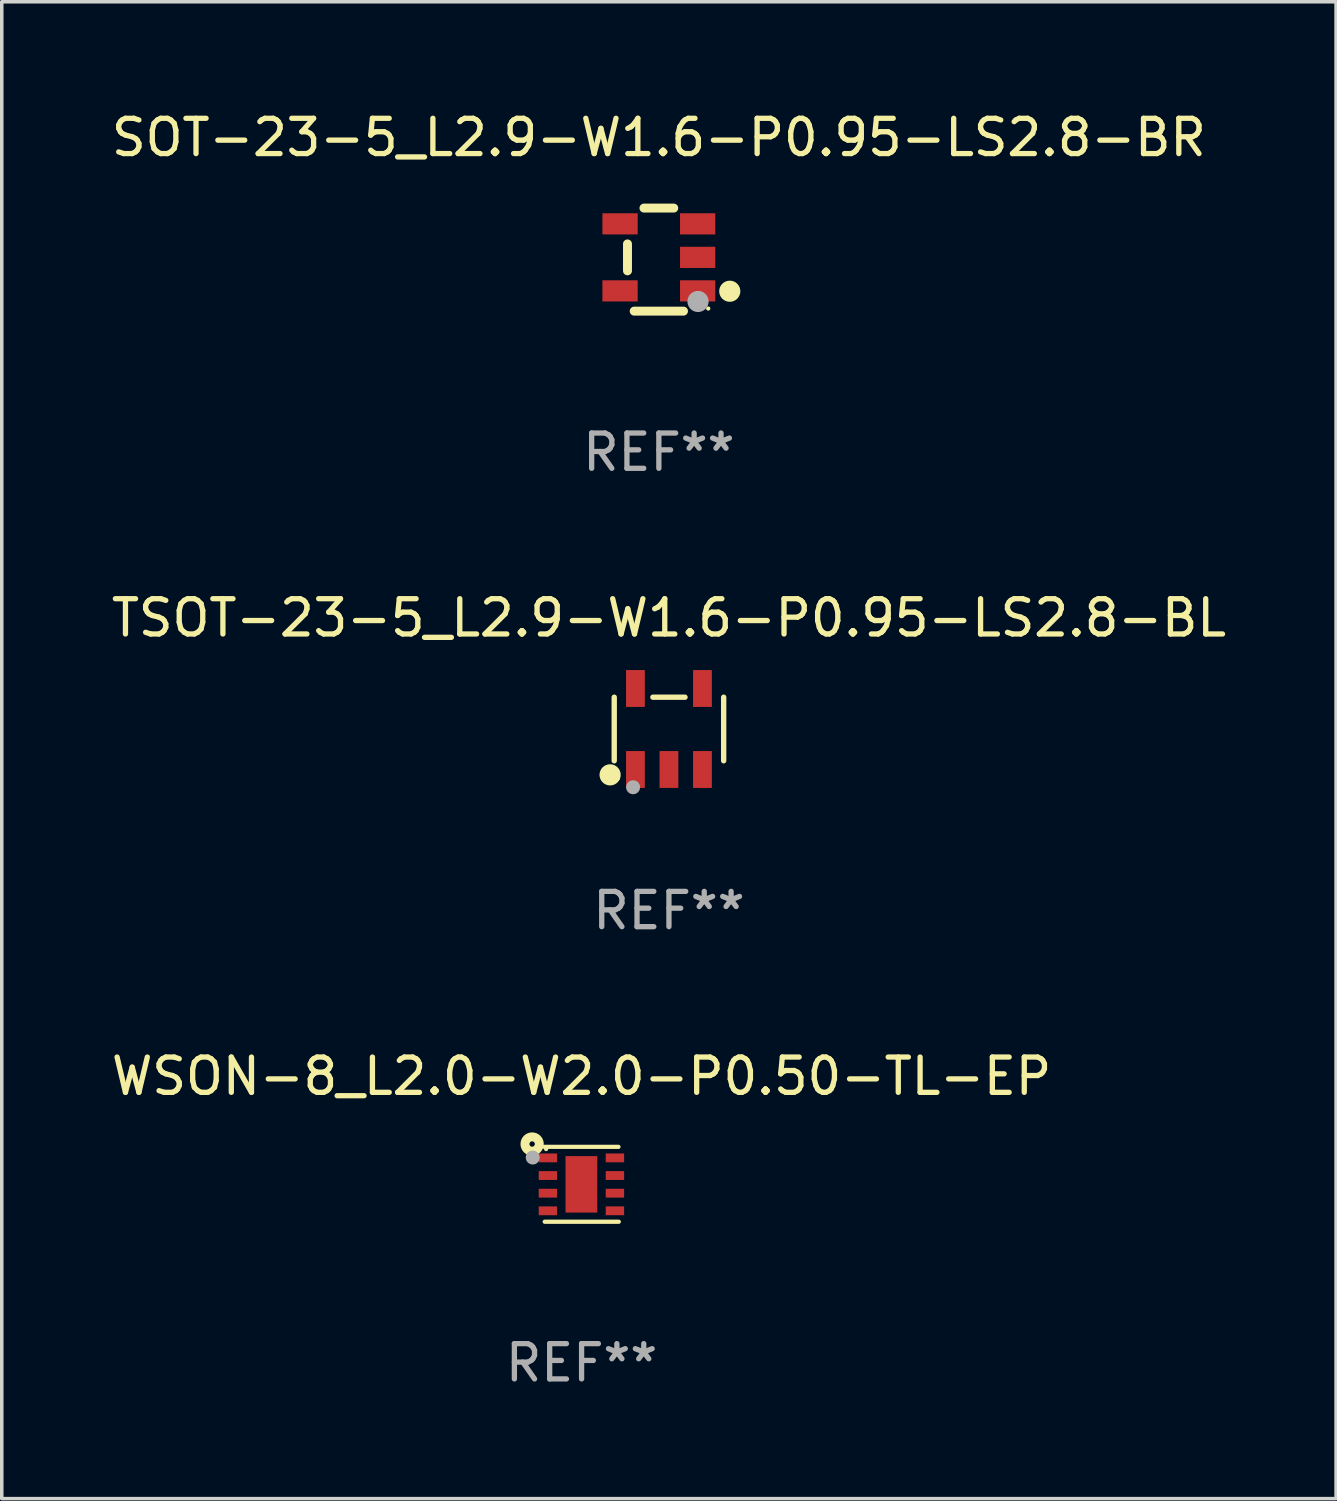
<source format=kicad_pcb>
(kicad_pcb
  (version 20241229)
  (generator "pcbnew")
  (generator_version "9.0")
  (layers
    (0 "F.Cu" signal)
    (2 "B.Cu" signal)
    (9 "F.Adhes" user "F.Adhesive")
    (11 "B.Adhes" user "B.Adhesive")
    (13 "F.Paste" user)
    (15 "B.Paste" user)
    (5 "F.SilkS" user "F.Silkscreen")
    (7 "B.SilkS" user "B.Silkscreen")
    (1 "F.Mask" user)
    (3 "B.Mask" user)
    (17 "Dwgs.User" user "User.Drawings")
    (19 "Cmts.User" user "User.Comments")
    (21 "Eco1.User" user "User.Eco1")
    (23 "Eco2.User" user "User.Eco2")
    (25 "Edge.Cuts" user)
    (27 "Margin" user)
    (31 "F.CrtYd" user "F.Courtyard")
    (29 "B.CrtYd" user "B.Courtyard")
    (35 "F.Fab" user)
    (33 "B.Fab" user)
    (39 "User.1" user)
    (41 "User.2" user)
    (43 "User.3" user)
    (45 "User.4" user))
  (footprint "SOT-23-5_L2.9-W1.6-P0.95-LS2.8-BR"
    (layer "F.Cu")
    (at 15.625 4.245)
    (property "Reference" "SOT-23-5_L2.9-W1.6-P0.95-LS2.8-BR" (at -0.000076 -3.397 0) (layer "F.SilkS") (effects (font (size 1 1) (thickness 0.15))))
    (attr smd)
    (fp_line (start -0.889 0.381) (end -0.889 -0.381) (stroke (width 0.254) (type solid)) (layer "F.SilkS"))
    (fp_line (start -0.699 1.524) (end 0.698 1.524) (stroke (width 0.254) (type solid)) (layer "F.SilkS"))
    (fp_line (start -0.422 -1.397) (end 0.422 -1.397) (stroke (width 0.254) (type solid)) (layer "F.SilkS"))
    (fp_circle (center 1.4 1.45) (end 1.43 1.45) (stroke (width 0.06) (type solid)) (fill no) (layer "F.SilkS"))
    (fp_circle (center 2.01 0.96) (end 2.16 0.96) (stroke (width 0.3) (type solid)) (fill no) (layer "F.SilkS"))
    (fp_circle (center 1.11 1.25) (end 1.26 1.25) (stroke (width 0.3) (type solid)) (fill no) (layer "F.Fab"))
    (fp_text user "REF**" (at -0.000076 5.524 0) (layer "F.Fab") (effects (font (size 1 1) (thickness 0.15))))
    (pad "1" smd rect (at 1.1 0.95 90) (size 0.6 1) (layers "F.Cu" "F.Mask" "F.Paste"))
    (pad "2" smd rect (at 1.1 0.000127 90) (size 0.6 1) (layers "F.Cu" "F.Mask" "F.Paste"))
    (pad "3" smd rect (at 1.1 -0.95 90) (size 0.6 1) (layers "F.Cu" "F.Mask" "F.Paste"))
    (pad "4" smd rect (at -1.1 -0.95 90) (size 0.6 1) (layers "F.Cu" "F.Mask" "F.Paste"))
    (pad "5" smd rect (at -1.1 0.95 90) (size 0.6 1) (layers "F.Cu" "F.Mask" "F.Paste")))
  (footprint "WSON-8_L2.0-W2.0-P0.50-TL-EP"
    (layer "F.Cu")
    (at 13.43 30.52)
    (property "Reference" "WSON-8_L2.0-W2.0-P0.50-TL-EP" (at 0.005 -3.063 0) (layer "F.SilkS") (effects (font (size 1 1) (thickness 0.15))))
    (attr smd)
    (fp_line (start -1.04 1.06) (end 1.059 1.06) (stroke (width 0.12) (type solid)) (layer "F.SilkS"))
    (fp_line (start 1.05 -1.063) (end -1.05 -1.063) (stroke (width 0.12) (type solid)) (layer "F.SilkS"))
    (fp_circle (center -1.397 -1.143) (end -1.321 -1.143) (stroke (width 0.254) (type solid)) (fill no) (layer "F.SilkS"))
    (fp_circle (center -1 -1) (end -0.97 -1) (stroke (width 0.06) (type solid)) (fill no) (layer "F.SilkS"))
    (fp_circle (center -1.38 -0.76) (end -1.28 -0.76) (stroke (width 0.2) (type solid)) (fill no) (layer "F.Fab"))
    (fp_text user "REF**" (at 0.005 5.06 0) (layer "F.Fab") (effects (font (size 1 1) (thickness 0.15))))
    (pad "1" smd rect (at -0.95 -0.75) (size 0.521 0.25) (layers "F.Cu" "F.Mask" "F.Paste"))
    (pad "2" smd rect (at -0.95 -0.25) (size 0.521 0.25) (layers "F.Cu" "F.Mask" "F.Paste"))
    (pad "3" smd rect (at -0.95 0.25) (size 0.521 0.25) (layers "F.Cu" "F.Mask" "F.Paste"))
    (pad "4" smd rect (at -0.95 0.75) (size 0.521 0.25) (layers "F.Cu" "F.Mask" "F.Paste"))
    (pad "5" smd rect (at 0.95 0.75) (size 0.521 0.25) (layers "F.Cu" "F.Mask" "F.Paste"))
    (pad "6" smd rect (at 0.95 0.25) (size 0.521 0.25) (layers "F.Cu" "F.Mask" "F.Paste"))
    (pad "7" smd rect (at 0.95 -0.25) (size 0.521 0.25) (layers "F.Cu" "F.Mask" "F.Paste"))
    (pad "8" smd rect (at 0.95 -0.75) (size 0.521 0.25) (layers "F.Cu" "F.Mask" "F.Paste"))
    (pad "9" smd rect (at 0 0) (size 0.9 1.6) (layers "F.Cu" "F.Mask" "F.Paste")))
  (footprint "TSOT-23-5_L2.9-W1.6-P0.95-LS2.8-BL"
    (layer "F.Cu")
    (at 15.911 17.613)
    (property "Reference" "TSOT-23-5_L2.9-W1.6-P0.95-LS2.8-BL" (at 0 -3.148 0) (layer "F.SilkS") (effects (font (size 1 1) (thickness 0.15))))
    (attr smd)
    (fp_line (start -1.551 0.901) (end -1.551 -0.901) (stroke (width 0.152) (type solid)) (layer "F.SilkS"))
    (fp_line (start 0.455 -0.901) (end -0.455 -0.901) (stroke (width 0.152) (type solid)) (layer "F.SilkS"))
    (fp_line (start 1.551 0.901) (end 1.551 -0.901) (stroke (width 0.152) (type solid)) (layer "F.SilkS"))
    (fp_circle (center -1.668 1.3) (end -1.518 1.3) (stroke (width 0.3) (type solid)) (fill no) (layer "F.SilkS"))
    (fp_circle (center -1.45 1.4) (end -1.42 1.4) (stroke (width 0.06) (type solid)) (fill no) (layer "F.SilkS"))
    (fp_circle (center -1.016 1.651) (end -0.916 1.651) (stroke (width 0.2) (type solid)) (fill no) (layer "F.Fab"))
    (fp_text user "REF**" (at 0 5.148 0) (layer "F.Fab") (effects (font (size 1 1) (thickness 0.15))))
    (pad "1" smd rect (at -0.95 1.148) (size 0.532 1.045) (layers "F.Cu" "F.Mask" "F.Paste"))
    (pad "2" smd rect (at 0 1.148) (size 0.532 1.045) (layers "F.Cu" "F.Mask" "F.Paste"))
    (pad "3" smd rect (at 0.95 1.148) (size 0.532 1.045) (layers "F.Cu" "F.Mask" "F.Paste"))
    (pad "4" smd rect (at 0.95 -1.148) (size 0.532 1.045) (layers "F.Cu" "F.Mask" "F.Paste"))
    (pad "5" smd rect (at -0.95 -1.148) (size 0.532 1.045) (layers "F.Cu" "F.Mask" "F.Paste")))
  (gr_rect
    (start -3 -3)
    (end 34.821 39.428)
    (stroke (width 0.1) (type default))
    (fill no)
    (layer "Edge.Cuts")))
</source>
